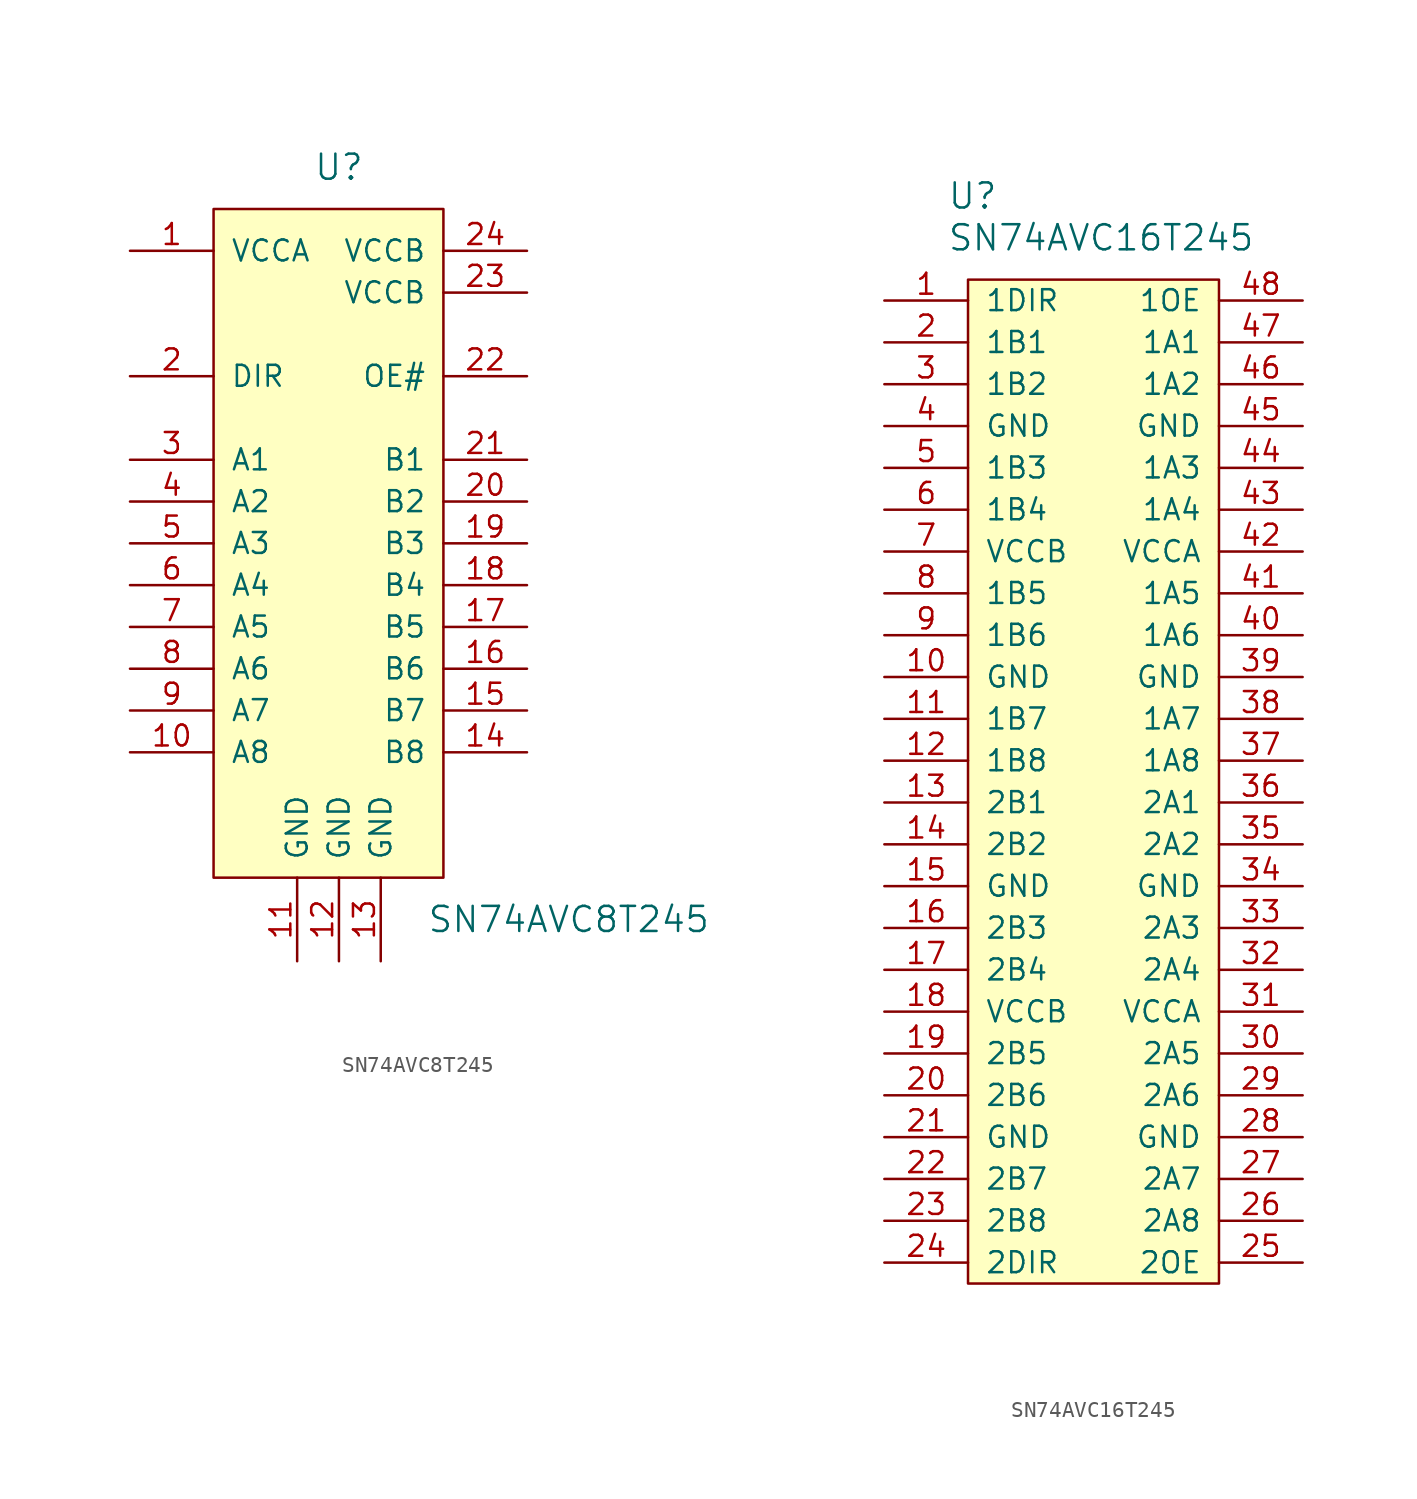
<source format=kicad_sym>
(kicad_symbol_lib
  (version 20201005)
  (generator kicad_symbol_editor)
  (symbol "voltage_translators:SN74AVC8T245"
    (pin_names
      (offset 1.016))
    (property "Reference" "U"
      (at 0 25.4 0)
      (effects (font (size 1.524 1.524))))
    (property "Value" "SN74AVC8T245"
      (at 13.97 -20.32 0)
      (effects (font (size 1.524 1.524))))
    (property "Footprint" ""
      (at 0 0 0)
      (effects (font (size 1.524 1.524))))
    (property "Datasheet" ""
      (at 0 0 0)
      (effects (font (size 1.524 1.524))))
    (symbol "SN74AVC8T245_0_1"
      (rectangle (start -7.62 22.86) (end 6.35 -17.78) (stroke (width 0)) (fill (type background))))
    (symbol "SN74AVC8T245_1_1"
      (pin input line (at -12.7 20.32 0) (length 5.08) (name "VCCA" (effects (font (size 1.27 1.27)))) (number "1" (effects (font (size 1.27 1.27)))))
      (pin input line (at -12.7 -10.16 0) (length 5.08) (name "A8" (effects (font (size 1.27 1.27)))) (number "10" (effects (font (size 1.27 1.27)))))
      (pin input line (at -2.54 -22.86 90) (length 5.08) (name "GND" (effects (font (size 1.27 1.27)))) (number "11" (effects (font (size 1.27 1.27)))))
      (pin input line (at 0 -22.86 90) (length 5.08) (name "GND" (effects (font (size 1.27 1.27)))) (number "12" (effects (font (size 1.27 1.27)))))
      (pin input line (at 2.54 -22.86 90) (length 5.08) (name "GND" (effects (font (size 1.27 1.27)))) (number "13" (effects (font (size 1.27 1.27)))))
      (pin input line (at 11.43 -10.16 180) (length 5.08) (name "B8" (effects (font (size 1.27 1.27)))) (number "14" (effects (font (size 1.27 1.27)))))
      (pin input line (at 11.43 -7.62 180) (length 5.08) (name "B7" (effects (font (size 1.27 1.27)))) (number "15" (effects (font (size 1.27 1.27)))))
      (pin input line (at 11.43 -5.08 180) (length 5.08) (name "B6" (effects (font (size 1.27 1.27)))) (number "16" (effects (font (size 1.27 1.27)))))
      (pin input line (at 11.43 -2.54 180) (length 5.08) (name "B5" (effects (font (size 1.27 1.27)))) (number "17" (effects (font (size 1.27 1.27)))))
      (pin input line (at 11.43 0 180) (length 5.08) (name "B4" (effects (font (size 1.27 1.27)))) (number "18" (effects (font (size 1.27 1.27)))))
      (pin input line (at 11.43 2.54 180) (length 5.08) (name "B3" (effects (font (size 1.27 1.27)))) (number "19" (effects (font (size 1.27 1.27)))))
      (pin input line (at -12.7 12.7 0) (length 5.08) (name "DIR" (effects (font (size 1.27 1.27)))) (number "2" (effects (font (size 1.27 1.27)))))
      (pin input line (at 11.43 5.08 180) (length 5.08) (name "B2" (effects (font (size 1.27 1.27)))) (number "20" (effects (font (size 1.27 1.27)))))
      (pin input line (at 11.43 7.62 180) (length 5.08) (name "B1" (effects (font (size 1.27 1.27)))) (number "21" (effects (font (size 1.27 1.27)))))
      (pin input line (at 11.43 12.7 180) (length 5.08) (name "OE#" (effects (font (size 1.27 1.27)))) (number "22" (effects (font (size 1.27 1.27)))))
      (pin input line (at 11.43 17.78 180) (length 5.08) (name "VCCB" (effects (font (size 1.27 1.27)))) (number "23" (effects (font (size 1.27 1.27)))))
      (pin input line (at 11.43 20.32 180) (length 5.08) (name "VCCB" (effects (font (size 1.27 1.27)))) (number "24" (effects (font (size 1.27 1.27)))))
      (pin input line (at -12.7 7.62 0) (length 5.08) (name "A1" (effects (font (size 1.27 1.27)))) (number "3" (effects (font (size 1.27 1.27)))))
      (pin input line (at -12.7 5.08 0) (length 5.08) (name "A2" (effects (font (size 1.27 1.27)))) (number "4" (effects (font (size 1.27 1.27)))))
      (pin input line (at -12.7 2.54 0) (length 5.08) (name "A3" (effects (font (size 1.27 1.27)))) (number "5" (effects (font (size 1.27 1.27)))))
      (pin input line (at -12.7 0 0) (length 5.08) (name "A4" (effects (font (size 1.27 1.27)))) (number "6" (effects (font (size 1.27 1.27)))))
      (pin input line (at -12.7 -2.54 0) (length 5.08) (name "A5" (effects (font (size 1.27 1.27)))) (number "7" (effects (font (size 1.27 1.27)))))
      (pin input line (at -12.7 -5.08 0) (length 5.08) (name "A6" (effects (font (size 1.27 1.27)))) (number "8" (effects (font (size 1.27 1.27)))))
      (pin input line (at -12.7 -7.62 0) (length 5.08) (name "A7" (effects (font (size 1.27 1.27)))) (number "9" (effects (font (size 1.27 1.27)))))))
  (symbol "voltage_translators:SN74AVC16T245"
    (pin_names
      (offset 1.016))
    (property "Reference" "U"
      (at -8.89 35.56 0)
      (effects (font (size 1.524 1.524)) (justify left)))
    (property "Value" "SN74AVC16T245"
      (at -8.89 33.02 0)
      (effects (font (size 1.524 1.524)) (justify left)))
    (symbol "SN74AVC16T245_0_1"
      (rectangle (start -7.62 30.48) (end 7.62 -30.48) (stroke (width 0)) (fill (type background))))
    (symbol "SN74AVC16T245_1_1"
      (pin input line (at -12.7 29.21 0) (length 5.08) (name "1DIR" (effects (font (size 1.27 1.27)))) (number "1" (effects (font (size 1.27 1.27)))))
      (pin input line (at -12.7 6.35 0) (length 5.08) (name "GND" (effects (font (size 1.27 1.27)))) (number "10" (effects (font (size 1.27 1.27)))))
      (pin input line (at -12.7 3.81 0) (length 5.08) (name "1B7" (effects (font (size 1.27 1.27)))) (number "11" (effects (font (size 1.27 1.27)))))
      (pin input line (at -12.7 1.27 0) (length 5.08) (name "1B8" (effects (font (size 1.27 1.27)))) (number "12" (effects (font (size 1.27 1.27)))))
      (pin input line (at -12.7 -1.27 0) (length 5.08) (name "2B1" (effects (font (size 1.27 1.27)))) (number "13" (effects (font (size 1.27 1.27)))))
      (pin input line (at -12.7 -3.81 0) (length 5.08) (name "2B2" (effects (font (size 1.27 1.27)))) (number "14" (effects (font (size 1.27 1.27)))))
      (pin input line (at -12.7 -6.35 0) (length 5.08) (name "GND" (effects (font (size 1.27 1.27)))) (number "15" (effects (font (size 1.27 1.27)))))
      (pin input line (at -12.7 -8.89 0) (length 5.08) (name "2B3" (effects (font (size 1.27 1.27)))) (number "16" (effects (font (size 1.27 1.27)))))
      (pin input line (at -12.7 -11.43 0) (length 5.08) (name "2B4" (effects (font (size 1.27 1.27)))) (number "17" (effects (font (size 1.27 1.27)))))
      (pin input line (at -12.7 -13.97 0) (length 5.08) (name "VCCB" (effects (font (size 1.27 1.27)))) (number "18" (effects (font (size 1.27 1.27)))))
      (pin input line (at -12.7 -16.51 0) (length 5.08) (name "2B5" (effects (font (size 1.27 1.27)))) (number "19" (effects (font (size 1.27 1.27)))))
      (pin input line (at -12.7 26.67 0) (length 5.08) (name "1B1" (effects (font (size 1.27 1.27)))) (number "2" (effects (font (size 1.27 1.27)))))
      (pin input line (at -12.7 -19.05 0) (length 5.08) (name "2B6" (effects (font (size 1.27 1.27)))) (number "20" (effects (font (size 1.27 1.27)))))
      (pin input line (at -12.7 -21.59 0) (length 5.08) (name "GND" (effects (font (size 1.27 1.27)))) (number "21" (effects (font (size 1.27 1.27)))))
      (pin input line (at -12.7 -24.13 0) (length 5.08) (name "2B7" (effects (font (size 1.27 1.27)))) (number "22" (effects (font (size 1.27 1.27)))))
      (pin input line (at -12.7 -26.67 0) (length 5.08) (name "2B8" (effects (font (size 1.27 1.27)))) (number "23" (effects (font (size 1.27 1.27)))))
      (pin input line (at -12.7 -29.21 0) (length 5.08) (name "2DIR" (effects (font (size 1.27 1.27)))) (number "24" (effects (font (size 1.27 1.27)))))
      (pin input line (at 12.7 -29.21 180) (length 5.08) (name "2OE" (effects (font (size 1.27 1.27)))) (number "25" (effects (font (size 1.27 1.27)))))
      (pin input line (at 12.7 -26.67 180) (length 5.08) (name "2A8" (effects (font (size 1.27 1.27)))) (number "26" (effects (font (size 1.27 1.27)))))
      (pin input line (at 12.7 -24.13 180) (length 5.08) (name "2A7" (effects (font (size 1.27 1.27)))) (number "27" (effects (font (size 1.27 1.27)))))
      (pin input line (at 12.7 -21.59 180) (length 5.08) (name "GND" (effects (font (size 1.27 1.27)))) (number "28" (effects (font (size 1.27 1.27)))))
      (pin input line (at 12.7 -19.05 180) (length 5.08) (name "2A6" (effects (font (size 1.27 1.27)))) (number "29" (effects (font (size 1.27 1.27)))))
      (pin input line (at -12.7 24.13 0) (length 5.08) (name "1B2" (effects (font (size 1.27 1.27)))) (number "3" (effects (font (size 1.27 1.27)))))
      (pin input line (at 12.7 -16.51 180) (length 5.08) (name "2A5" (effects (font (size 1.27 1.27)))) (number "30" (effects (font (size 1.27 1.27)))))
      (pin input line (at 12.7 -13.97 180) (length 5.08) (name "VCCA" (effects (font (size 1.27 1.27)))) (number "31" (effects (font (size 1.27 1.27)))))
      (pin input line (at 12.7 -11.43 180) (length 5.08) (name "2A4" (effects (font (size 1.27 1.27)))) (number "32" (effects (font (size 1.27 1.27)))))
      (pin input line (at 12.7 -8.89 180) (length 5.08) (name "2A3" (effects (font (size 1.27 1.27)))) (number "33" (effects (font (size 1.27 1.27)))))
      (pin input line (at 12.7 -6.35 180) (length 5.08) (name "GND" (effects (font (size 1.27 1.27)))) (number "34" (effects (font (size 1.27 1.27)))))
      (pin input line (at 12.7 -3.81 180) (length 5.08) (name "2A2" (effects (font (size 1.27 1.27)))) (number "35" (effects (font (size 1.27 1.27)))))
      (pin input line (at 12.7 -1.27 180) (length 5.08) (name "2A1" (effects (font (size 1.27 1.27)))) (number "36" (effects (font (size 1.27 1.27)))))
      (pin input line (at 12.7 1.27 180) (length 5.08) (name "1A8" (effects (font (size 1.27 1.27)))) (number "37" (effects (font (size 1.27 1.27)))))
      (pin input line (at 12.7 3.81 180) (length 5.08) (name "1A7" (effects (font (size 1.27 1.27)))) (number "38" (effects (font (size 1.27 1.27)))))
      (pin input line (at 12.7 6.35 180) (length 5.08) (name "GND" (effects (font (size 1.27 1.27)))) (number "39" (effects (font (size 1.27 1.27)))))
      (pin input line (at -12.7 21.59 0) (length 5.08) (name "GND" (effects (font (size 1.27 1.27)))) (number "4" (effects (font (size 1.27 1.27)))))
      (pin input line (at 12.7 8.89 180) (length 5.08) (name "1A6" (effects (font (size 1.27 1.27)))) (number "40" (effects (font (size 1.27 1.27)))))
      (pin input line (at 12.7 11.43 180) (length 5.08) (name "1A5" (effects (font (size 1.27 1.27)))) (number "41" (effects (font (size 1.27 1.27)))))
      (pin input line (at 12.7 13.97 180) (length 5.08) (name "VCCA" (effects (font (size 1.27 1.27)))) (number "42" (effects (font (size 1.27 1.27)))))
      (pin input line (at 12.7 16.51 180) (length 5.08) (name "1A4" (effects (font (size 1.27 1.27)))) (number "43" (effects (font (size 1.27 1.27)))))
      (pin input line (at 12.7 19.05 180) (length 5.08) (name "1A3" (effects (font (size 1.27 1.27)))) (number "44" (effects (font (size 1.27 1.27)))))
      (pin input line (at 12.7 21.59 180) (length 5.08) (name "GND" (effects (font (size 1.27 1.27)))) (number "45" (effects (font (size 1.27 1.27)))))
      (pin input line (at 12.7 24.13 180) (length 5.08) (name "1A2" (effects (font (size 1.27 1.27)))) (number "46" (effects (font (size 1.27 1.27)))))
      (pin input line (at 12.7 26.67 180) (length 5.08) (name "1A1" (effects (font (size 1.27 1.27)))) (number "47" (effects (font (size 1.27 1.27)))))
      (pin input line (at 12.7 29.21 180) (length 5.08) (name "1OE" (effects (font (size 1.27 1.27)))) (number "48" (effects (font (size 1.27 1.27)))))
      (pin input line (at -12.7 19.05 0) (length 5.08) (name "1B3" (effects (font (size 1.27 1.27)))) (number "5" (effects (font (size 1.27 1.27)))))
      (pin input line (at -12.7 16.51 0) (length 5.08) (name "1B4" (effects (font (size 1.27 1.27)))) (number "6" (effects (font (size 1.27 1.27)))))
      (pin input line (at -12.7 13.97 0) (length 5.08) (name "VCCB" (effects (font (size 1.27 1.27)))) (number "7" (effects (font (size 1.27 1.27)))))
      (pin input line (at -12.7 11.43 0) (length 5.08) (name "1B5" (effects (font (size 1.27 1.27)))) (number "8" (effects (font (size 1.27 1.27)))))
      (pin input line (at -12.7 8.89 0) (length 5.08) (name "1B6" (effects (font (size 1.27 1.27)))) (number "9" (effects (font (size 1.27 1.27))))))))
</source>
